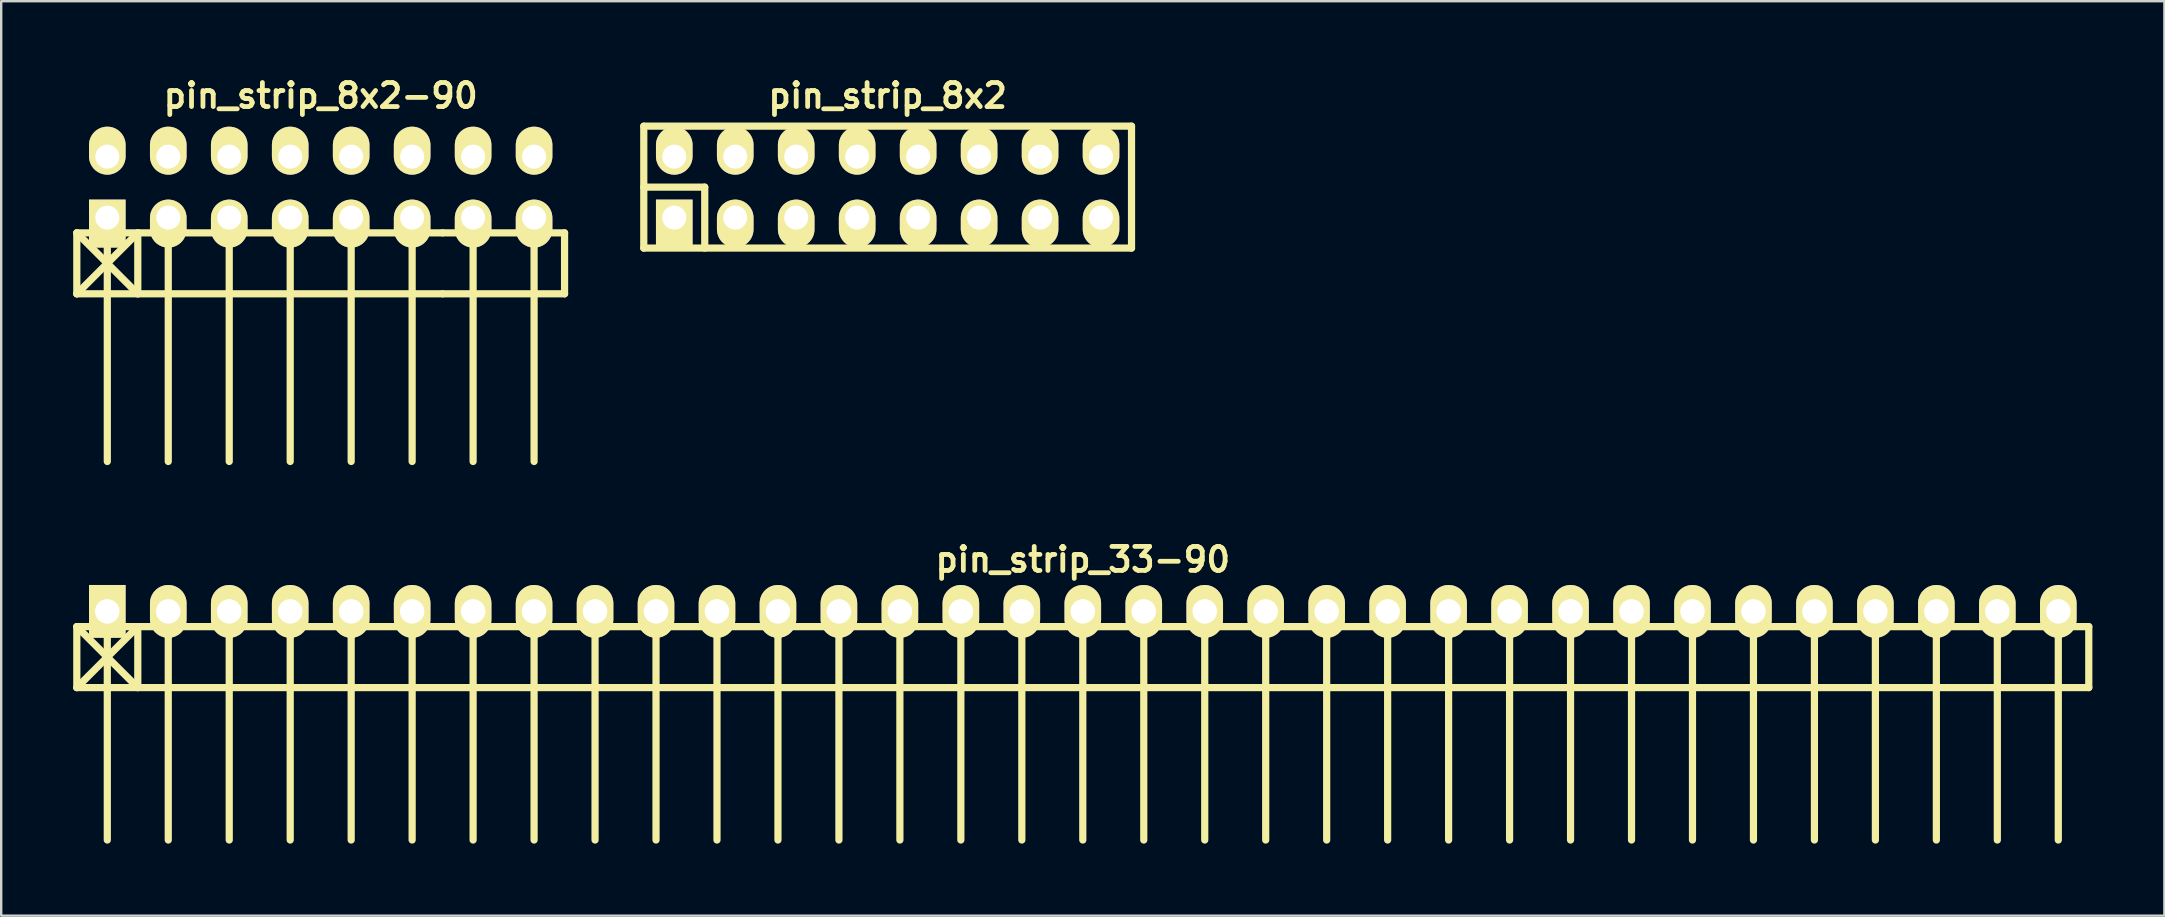
<source format=kicad_pcb>
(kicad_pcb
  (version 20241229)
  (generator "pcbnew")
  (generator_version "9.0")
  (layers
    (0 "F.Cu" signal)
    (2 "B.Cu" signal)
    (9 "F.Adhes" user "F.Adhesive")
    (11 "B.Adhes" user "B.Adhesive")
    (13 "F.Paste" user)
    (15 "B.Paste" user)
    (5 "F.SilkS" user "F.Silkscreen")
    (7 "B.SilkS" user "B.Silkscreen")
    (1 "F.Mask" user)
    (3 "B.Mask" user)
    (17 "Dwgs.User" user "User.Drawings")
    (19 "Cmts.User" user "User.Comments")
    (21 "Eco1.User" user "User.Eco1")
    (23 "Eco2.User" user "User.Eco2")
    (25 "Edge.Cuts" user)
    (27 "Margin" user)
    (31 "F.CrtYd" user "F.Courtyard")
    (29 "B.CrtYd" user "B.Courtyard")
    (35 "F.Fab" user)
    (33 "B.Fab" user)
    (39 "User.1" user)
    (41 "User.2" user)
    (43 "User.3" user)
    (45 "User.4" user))
  (footprint "pin_strip_8x2-90"
    (layer "F.Cu")
    (at 10.31 4.746)
    (property "Reference" "pin_strip_8x2-90" (at 0 -3.81 0) (layer "F.SilkS") (effects (font (size 1 1) (thickness 0.2))))
    (attr through_hole)
    (fp_line (start -10.16 1.905) (end -7.62 4.445) (stroke (width 0.3) (type solid)) (layer "F.SilkS"))
    (fp_line (start -10.16 1.905) (end 5.08 1.905) (stroke (width 0.3) (type solid)) (layer "F.SilkS"))
    (fp_line (start -10.16 4.445) (end -10.16 1.905) (stroke (width 0.3) (type solid)) (layer "F.SilkS"))
    (fp_line (start -8.89 1.27) (end -8.89 11.43) (stroke (width 0.3) (type solid)) (layer "F.SilkS"))
    (fp_line (start -7.62 1.905) (end -10.16 4.445) (stroke (width 0.3) (type solid)) (layer "F.SilkS"))
    (fp_line (start -7.62 4.445) (end -7.62 1.905) (stroke (width 0.3) (type solid)) (layer "F.SilkS"))
    (fp_line (start -6.35 1.27) (end -6.35 11.43) (stroke (width 0.3) (type solid)) (layer "F.SilkS"))
    (fp_line (start -3.81 11.43) (end -3.81 1.27) (stroke (width 0.3) (type solid)) (layer "F.SilkS"))
    (fp_line (start -1.27 1.27) (end -1.27 11.43) (stroke (width 0.3) (type solid)) (layer "F.SilkS"))
    (fp_line (start 1.27 1.27) (end 1.27 11.43) (stroke (width 0.3) (type solid)) (layer "F.SilkS"))
    (fp_line (start 3.81 1.27) (end 3.81 11.43) (stroke (width 0.3) (type solid)) (layer "F.SilkS"))
    (fp_line (start 5.08 1.905) (end 10.16 1.905) (stroke (width 0.3) (type solid)) (layer "F.SilkS"))
    (fp_line (start 5.08 4.445) (end -10.16 4.445) (stroke (width 0.3) (type solid)) (layer "F.SilkS"))
    (fp_line (start 6.35 1.27) (end 6.35 11.43) (stroke (width 0.3) (type solid)) (layer "F.SilkS"))
    (fp_line (start 8.89 1.27) (end 8.89 11.43) (stroke (width 0.3) (type solid)) (layer "F.SilkS"))
    (fp_line (start 10.16 1.905) (end 10.16 4.445) (stroke (width 0.3) (type solid)) (layer "F.SilkS"))
    (fp_line (start 10.16 4.445) (end 5.08 4.445) (stroke (width 0.3) (type solid)) (layer "F.SilkS"))
    (pad "1" thru_hole rect (at -8.89 1.27) (size 1.524 1.999) (drill 1.001 (offset 0 0.249)) (layers "*.Cu" "*.Mask" "F.SilkS"))
    (pad "2" thru_hole oval (at -8.89 -1.27) (size 1.524 1.999) (drill 1.001 (offset 0 -0.249)) (layers "*.Cu" "*.Mask" "F.SilkS"))
    (pad "3" thru_hole oval (at -6.35 1.27) (size 1.524 1.999) (drill 1.001 (offset 0 0.249)) (layers "*.Cu" "*.Mask" "F.SilkS"))
    (pad "4" thru_hole oval (at -6.35 -1.27) (size 1.524 1.999) (drill 1.001 (offset 0 -0.249)) (layers "*.Cu" "*.Mask" "F.SilkS"))
    (pad "5" thru_hole oval (at -3.81 1.27) (size 1.524 1.999) (drill 1.001 (offset 0 0.249)) (layers "*.Cu" "*.Mask" "F.SilkS"))
    (pad "6" thru_hole oval (at -3.81 -1.27) (size 1.524 1.999) (drill 1.001 (offset 0 -0.249)) (layers "*.Cu" "*.Mask" "F.SilkS"))
    (pad "7" thru_hole oval (at -1.27 1.27) (size 1.524 1.999) (drill 1.001 (offset 0 0.249)) (layers "*.Cu" "*.Mask" "F.SilkS"))
    (pad "8" thru_hole oval (at -1.27 -1.27) (size 1.524 1.999) (drill 1.001 (offset 0 -0.249)) (layers "*.Cu" "*.Mask" "F.SilkS"))
    (pad "9" thru_hole oval (at 1.27 1.27) (size 1.524 1.999) (drill 1.001 (offset 0 0.249)) (layers "*.Cu" "*.Mask" "F.SilkS"))
    (pad "10" thru_hole oval (at 1.27 -1.27) (size 1.524 1.999) (drill 1.001 (offset 0 -0.249)) (layers "*.Cu" "*.Mask" "F.SilkS"))
    (pad "11" thru_hole oval (at 3.81 1.27) (size 1.524 1.999) (drill 1.001 (offset 0 0.249)) (layers "*.Cu" "*.Mask" "F.SilkS"))
    (pad "12" thru_hole oval (at 3.81 -1.27) (size 1.524 1.999) (drill 1.001 (offset 0 -0.249)) (layers "*.Cu" "*.Mask" "F.SilkS"))
    (pad "13" thru_hole oval (at 6.35 1.27) (size 1.524 1.999) (drill 1.001 (offset 0 0.249)) (layers "*.Cu" "*.Mask" "F.SilkS"))
    (pad "14" thru_hole oval (at 6.35 -1.27) (size 1.524 1.999) (drill 1.001 (offset 0 -0.249)) (layers "*.Cu" "*.Mask" "F.SilkS"))
    (pad "15" thru_hole oval (at 8.89 1.27) (size 1.524 1.999) (drill 1.001 (offset 0 0.249)) (layers "*.Cu" "*.Mask" "F.SilkS"))
    (pad "16" thru_hole oval (at 8.89 -1.27) (size 1.524 1.999) (drill 1.001 (offset 0 -0.249)) (layers "*.Cu" "*.Mask" "F.SilkS")))
  (footprint "pin_strip_33-90"
    (layer "F.Cu")
    (at 42.06 22.421)
    (property "Reference" "pin_strip_33-90" (at 0 -2.159 0) (layer "F.SilkS") (effects (font (size 1 1) (thickness 0.2))))
    (attr through_hole)
    (fp_line (start -41.91 0.635) (end 41.91 0.635) (stroke (width 0.3) (type solid)) (layer "F.SilkS"))
    (fp_line (start -41.91 3.175) (end -41.91 0.635) (stroke (width 0.3) (type solid)) (layer "F.SilkS"))
    (fp_line (start -41.91 3.175) (end -39.37 0.635) (stroke (width 0.3) (type solid)) (layer "F.SilkS"))
    (fp_line (start -40.64 0) (end -40.64 9.525) (stroke (width 0.3) (type solid)) (layer "F.SilkS"))
    (fp_line (start -39.37 0.635) (end -39.37 3.175) (stroke (width 0.3) (type solid)) (layer "F.SilkS"))
    (fp_line (start -39.37 3.175) (end -41.91 0.635) (stroke (width 0.3) (type solid)) (layer "F.SilkS"))
    (fp_line (start -38.1 0) (end -38.1 9.525) (stroke (width 0.3) (type solid)) (layer "F.SilkS"))
    (fp_line (start -35.56 9.525) (end -35.56 0) (stroke (width 0.3) (type solid)) (layer "F.SilkS"))
    (fp_line (start -33.02 0) (end -33.02 9.525) (stroke (width 0.3) (type solid)) (layer "F.SilkS"))
    (fp_line (start -30.48 0) (end -30.48 9.525) (stroke (width 0.3) (type solid)) (layer "F.SilkS"))
    (fp_line (start -27.94 0) (end -27.94 9.525) (stroke (width 0.3) (type solid)) (layer "F.SilkS"))
    (fp_line (start -25.4 0) (end -25.4 9.525) (stroke (width 0.3) (type solid)) (layer "F.SilkS"))
    (fp_line (start -22.86 0) (end -22.86 9.525) (stroke (width 0.3) (type solid)) (layer "F.SilkS"))
    (fp_line (start -20.32 0) (end -20.32 9.525) (stroke (width 0.3) (type solid)) (layer "F.SilkS"))
    (fp_line (start -17.78 0) (end -17.78 9.525) (stroke (width 0.3) (type solid)) (layer "F.SilkS"))
    (fp_line (start -15.24 0) (end -15.24 9.525) (stroke (width 0.3) (type solid)) (layer "F.SilkS"))
    (fp_line (start -12.7 0) (end -12.7 9.525) (stroke (width 0.3) (type solid)) (layer "F.SilkS"))
    (fp_line (start -10.16 9.525) (end -10.16 0) (stroke (width 0.3) (type solid)) (layer "F.SilkS"))
    (fp_line (start -7.62 0) (end -7.62 9.525) (stroke (width 0.3) (type solid)) (layer "F.SilkS"))
    (fp_line (start -5.08 0) (end -5.08 9.525) (stroke (width 0.3) (type solid)) (layer "F.SilkS"))
    (fp_line (start -2.54 0) (end -2.54 9.525) (stroke (width 0.3) (type solid)) (layer "F.SilkS"))
    (fp_line (start 0 0) (end 0 9.525) (stroke (width 0.3) (type solid)) (layer "F.SilkS"))
    (fp_line (start 2.54 0) (end 2.54 9.525) (stroke (width 0.3) (type solid)) (layer "F.SilkS"))
    (fp_line (start 5.08 0) (end 5.08 9.525) (stroke (width 0.3) (type solid)) (layer "F.SilkS"))
    (fp_line (start 7.62 0) (end 7.62 9.525) (stroke (width 0.3) (type solid)) (layer "F.SilkS"))
    (fp_line (start 10.16 0) (end 10.16 9.525) (stroke (width 0.3) (type solid)) (layer "F.SilkS"))
    (fp_line (start 12.7 0) (end 12.7 9.525) (stroke (width 0.3) (type solid)) (layer "F.SilkS"))
    (fp_line (start 15.24 9.525) (end 15.24 0) (stroke (width 0.3) (type solid)) (layer "F.SilkS"))
    (fp_line (start 17.78 0) (end 17.78 9.525) (stroke (width 0.3) (type solid)) (layer "F.SilkS"))
    (fp_line (start 20.32 0) (end 20.32 9.525) (stroke (width 0.3) (type solid)) (layer "F.SilkS"))
    (fp_line (start 22.86 0) (end 22.86 9.525) (stroke (width 0.3) (type solid)) (layer "F.SilkS"))
    (fp_line (start 25.4 0) (end 25.4 9.525) (stroke (width 0.3) (type solid)) (layer "F.SilkS"))
    (fp_line (start 27.94 0) (end 27.94 9.525) (stroke (width 0.3) (type solid)) (layer "F.SilkS"))
    (fp_line (start 30.48 0) (end 30.48 9.525) (stroke (width 0.3) (type solid)) (layer "F.SilkS"))
    (fp_line (start 33.02 0) (end 33.02 9.525) (stroke (width 0.3) (type solid)) (layer "F.SilkS"))
    (fp_line (start 35.56 0) (end 35.56 9.525) (stroke (width 0.3) (type solid)) (layer "F.SilkS"))
    (fp_line (start 38.1 0) (end 38.1 9.525) (stroke (width 0.3) (type solid)) (layer "F.SilkS"))
    (fp_line (start 40.64 9.525) (end 40.64 0) (stroke (width 0.3) (type solid)) (layer "F.SilkS"))
    (fp_line (start 41.91 0.635) (end 41.91 3.175) (stroke (width 0.3) (type solid)) (layer "F.SilkS"))
    (fp_line (start 41.91 3.175) (end -41.91 3.175) (stroke (width 0.3) (type solid)) (layer "F.SilkS"))
    (pad "1" thru_hole rect (at -40.64 0) (size 1.524 2.2) (drill 1.02) (layers "*.Cu" "*.Mask" "F.SilkS"))
    (pad "2" thru_hole oval (at -38.1 0) (size 1.524 2.2) (drill 1.02) (layers "*.Cu" "*.Mask" "F.SilkS"))
    (pad "3" thru_hole oval (at -35.56 0) (size 1.524 2.2) (drill 1.02) (layers "*.Cu" "*.Mask" "F.SilkS"))
    (pad "4" thru_hole oval (at -33.02 0) (size 1.524 2.2) (drill 1.02) (layers "*.Cu" "*.Mask" "F.SilkS"))
    (pad "5" thru_hole oval (at -30.48 0) (size 1.524 2.2) (drill 1.02) (layers "*.Cu" "*.Mask" "F.SilkS"))
    (pad "6" thru_hole oval (at -27.94 0) (size 1.524 2.2) (drill 1.02) (layers "*.Cu" "*.Mask" "F.SilkS"))
    (pad "7" thru_hole oval (at -25.4 0) (size 1.524 2.2) (drill 1.02) (layers "*.Cu" "*.Mask" "F.SilkS"))
    (pad "8" thru_hole oval (at -22.86 0) (size 1.524 2.2) (drill 1.02) (layers "*.Cu" "*.Mask" "F.SilkS"))
    (pad "9" thru_hole oval (at -20.32 0) (size 1.524 2.2) (drill 1.02) (layers "*.Cu" "*.Mask" "F.SilkS"))
    (pad "10" thru_hole oval (at -17.78 0) (size 1.524 2.2) (drill 1.02) (layers "*.Cu" "*.Mask" "F.SilkS"))
    (pad "11" thru_hole oval (at -15.24 0) (size 1.524 2.2) (drill 1.02) (layers "*.Cu" "*.Mask" "F.SilkS"))
    (pad "12" thru_hole oval (at -12.7 0) (size 1.524 2.2) (drill 1.02) (layers "*.Cu" "*.Mask" "F.SilkS"))
    (pad "13" thru_hole oval (at -10.16 0) (size 1.524 2.2) (drill 1.02) (layers "*.Cu" "*.Mask" "F.SilkS"))
    (pad "14" thru_hole oval (at -7.62 0) (size 1.524 2.2) (drill 1.02) (layers "*.Cu" "*.Mask" "F.SilkS"))
    (pad "15" thru_hole oval (at -5.08 0) (size 1.524 2.2) (drill 1.02) (layers "*.Cu" "*.Mask" "F.SilkS"))
    (pad "16" thru_hole oval (at -2.54 0) (size 1.524 2.2) (drill 1.02) (layers "*.Cu" "*.Mask" "F.SilkS"))
    (pad "17" thru_hole oval (at 0 0) (size 1.524 2.2) (drill 1.02) (layers "*.Cu" "*.Mask" "F.SilkS"))
    (pad "18" thru_hole oval (at 2.54 0) (size 1.524 2.2) (drill 1.02) (layers "*.Cu" "*.Mask" "F.SilkS"))
    (pad "19" thru_hole oval (at 5.08 0) (size 1.524 2.2) (drill 1.02) (layers "*.Cu" "*.Mask" "F.SilkS"))
    (pad "20" thru_hole oval (at 7.62 0) (size 1.524 2.2) (drill 1.02) (layers "*.Cu" "*.Mask" "F.SilkS"))
    (pad "21" thru_hole oval (at 10.16 0) (size 1.524 2.2) (drill 1.02) (layers "*.Cu" "*.Mask" "F.SilkS"))
    (pad "22" thru_hole oval (at 12.7 0) (size 1.524 2.2) (drill 1.02) (layers "*.Cu" "*.Mask" "F.SilkS"))
    (pad "23" thru_hole oval (at 15.24 0) (size 1.524 2.2) (drill 1.02) (layers "*.Cu" "*.Mask" "F.SilkS"))
    (pad "24" thru_hole oval (at 17.78 0) (size 1.524 2.2) (drill 1.02) (layers "*.Cu" "*.Mask" "F.SilkS"))
    (pad "25" thru_hole oval (at 20.32 0) (size 1.524 2.2) (drill 1.02) (layers "*.Cu" "*.Mask" "F.SilkS"))
    (pad "26" thru_hole oval (at 22.86 0) (size 1.524 2.2) (drill 1.02) (layers "*.Cu" "*.Mask" "F.SilkS"))
    (pad "27" thru_hole oval (at 25.4 0) (size 1.524 2.2) (drill 1.02) (layers "*.Cu" "*.Mask" "F.SilkS"))
    (pad "28" thru_hole oval (at 27.94 0) (size 1.524 2.2) (drill 1.02) (layers "*.Cu" "*.Mask" "F.SilkS"))
    (pad "29" thru_hole oval (at 30.48 0) (size 1.524 2.2) (drill 1.02) (layers "*.Cu" "*.Mask" "F.SilkS"))
    (pad "30" thru_hole oval (at 33.02 0) (size 1.524 2.2) (drill 1.02) (layers "*.Cu" "*.Mask" "F.SilkS"))
    (pad "31" thru_hole oval (at 35.56 0) (size 1.524 2.2) (drill 1.02) (layers "*.Cu" "*.Mask" "F.SilkS"))
    (pad "32" thru_hole oval (at 38.1 0) (size 1.524 2.2) (drill 1.02) (layers "*.Cu" "*.Mask" "F.SilkS"))
    (pad "33" thru_hole oval (at 40.64 0) (size 1.524 2.2) (drill 1.02) (layers "*.Cu" "*.Mask" "F.SilkS")))
  (footprint "pin_strip_8x2"
    (layer "F.Cu")
    (at 33.93 4.746)
    (property "Reference" "pin_strip_8x2" (at 0 -3.81 0) (layer "F.SilkS") (effects (font (size 1 1) (thickness 0.2))))
    (attr through_hole)
    (fp_line (start -10.16 -2.54) (end -10.16 2.54) (stroke (width 0.3) (type solid)) (layer "F.SilkS"))
    (fp_line (start -10.16 -2.54) (end 10.16 -2.54) (stroke (width 0.3) (type solid)) (layer "F.SilkS"))
    (fp_line (start -10.16 0) (end -7.62 0) (stroke (width 0.3) (type solid)) (layer "F.SilkS"))
    (fp_line (start -7.62 0) (end -7.62 2.54) (stroke (width 0.3) (type solid)) (layer "F.SilkS"))
    (fp_line (start 10.16 -2.54) (end 10.16 2.54) (stroke (width 0.3) (type solid)) (layer "F.SilkS"))
    (fp_line (start 10.16 2.54) (end -10.16 2.54) (stroke (width 0.3) (type solid)) (layer "F.SilkS"))
    (pad "1" thru_hole rect (at -8.89 1.27) (size 1.524 1.999) (drill 1.001 (offset 0 0.249)) (layers "*.Cu" "*.Mask" "F.SilkS"))
    (pad "2" thru_hole oval (at -8.89 -1.27) (size 1.524 1.999) (drill 1.001 (offset 0 -0.249)) (layers "*.Cu" "*.Mask" "F.SilkS"))
    (pad "3" thru_hole oval (at -6.35 1.27) (size 1.524 1.999) (drill 1.001 (offset 0 0.249)) (layers "*.Cu" "*.Mask" "F.SilkS"))
    (pad "4" thru_hole oval (at -6.35 -1.27) (size 1.524 1.999) (drill 1.001 (offset 0 -0.249)) (layers "*.Cu" "*.Mask" "F.SilkS"))
    (pad "5" thru_hole oval (at -3.81 1.27) (size 1.524 1.999) (drill 1.001 (offset 0 0.249)) (layers "*.Cu" "*.Mask" "F.SilkS"))
    (pad "6" thru_hole oval (at -3.81 -1.27) (size 1.524 1.999) (drill 1.001 (offset 0 -0.249)) (layers "*.Cu" "*.Mask" "F.SilkS"))
    (pad "7" thru_hole oval (at -1.27 1.27) (size 1.524 1.999) (drill 1.001 (offset 0 0.249)) (layers "*.Cu" "*.Mask" "F.SilkS"))
    (pad "8" thru_hole oval (at -1.27 -1.27) (size 1.524 1.999) (drill 1.001 (offset 0 -0.249)) (layers "*.Cu" "*.Mask" "F.SilkS"))
    (pad "9" thru_hole oval (at 1.27 1.27) (size 1.524 1.999) (drill 1.001 (offset 0 0.249)) (layers "*.Cu" "*.Mask" "F.SilkS"))
    (pad "10" thru_hole oval (at 1.27 -1.27) (size 1.524 1.999) (drill 1.001 (offset 0 -0.249)) (layers "*.Cu" "*.Mask" "F.SilkS"))
    (pad "11" thru_hole oval (at 3.81 1.27) (size 1.524 1.999) (drill 1.001 (offset 0 0.249)) (layers "*.Cu" "*.Mask" "F.SilkS"))
    (pad "12" thru_hole oval (at 3.81 -1.27) (size 1.524 1.999) (drill 1.001 (offset 0 -0.249)) (layers "*.Cu" "*.Mask" "F.SilkS"))
    (pad "13" thru_hole oval (at 6.35 1.27) (size 1.524 1.999) (drill 1.001 (offset 0 0.249)) (layers "*.Cu" "*.Mask" "F.SilkS"))
    (pad "14" thru_hole oval (at 6.35 -1.27) (size 1.524 1.999) (drill 1.001 (offset 0 -0.249)) (layers "*.Cu" "*.Mask" "F.SilkS"))
    (pad "15" thru_hole oval (at 8.89 1.27) (size 1.524 1.999) (drill 1.001 (offset 0 0.249)) (layers "*.Cu" "*.Mask" "F.SilkS"))
    (pad "16" thru_hole oval (at 8.89 -1.27) (size 1.524 1.999) (drill 1.001 (offset 0 -0.249)) (layers "*.Cu" "*.Mask" "F.SilkS")))
  (gr_rect
    (start -3 -3)
    (end 87.12 35.096)
    (stroke (width 0.1) (type default))
    (fill no)
    (layer "Edge.Cuts")))
</source>
